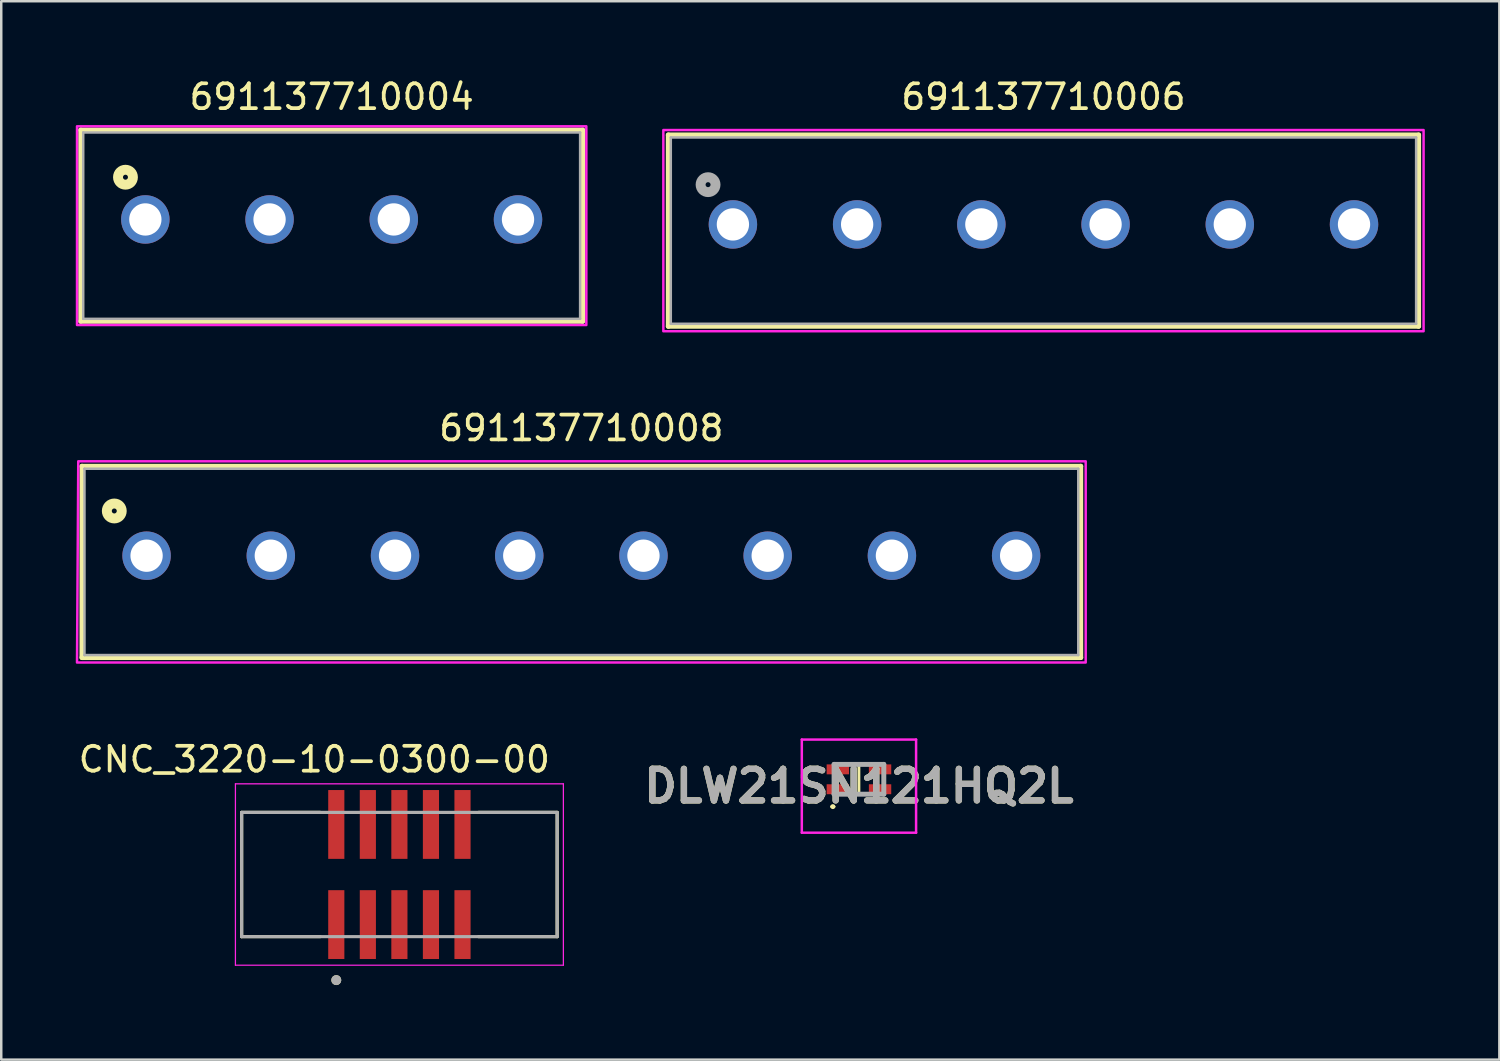
<source format=kicad_pcb>
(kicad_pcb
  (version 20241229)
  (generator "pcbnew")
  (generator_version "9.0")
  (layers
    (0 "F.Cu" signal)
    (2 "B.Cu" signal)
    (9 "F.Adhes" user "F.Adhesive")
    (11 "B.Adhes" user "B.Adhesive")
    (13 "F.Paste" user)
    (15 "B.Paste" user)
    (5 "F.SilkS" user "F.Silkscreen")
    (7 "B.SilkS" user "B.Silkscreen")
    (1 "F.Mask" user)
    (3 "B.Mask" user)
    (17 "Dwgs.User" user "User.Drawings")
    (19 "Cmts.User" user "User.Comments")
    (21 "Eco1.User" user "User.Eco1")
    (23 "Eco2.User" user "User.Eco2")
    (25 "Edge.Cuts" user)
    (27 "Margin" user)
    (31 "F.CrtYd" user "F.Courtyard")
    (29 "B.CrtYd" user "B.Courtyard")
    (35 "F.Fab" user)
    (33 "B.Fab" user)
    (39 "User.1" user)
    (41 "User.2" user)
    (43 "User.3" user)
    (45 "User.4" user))
  (footprint "691137710004"
    (layer "F.Cu")
    (at 10.3 5.783)
    (property "Reference" "691137710004" (at 0 -4.935 0) (layer "F.SilkS") (effects (font (size 1 1) (thickness 0.15))))
    (attr through_hole)
    (fp_line (start -10.1 -3.6) (end 10.1 -3.6) (stroke (width 0.2) (type solid)) (layer "F.SilkS"))
    (fp_line (start -10.1 4.1) (end -10.1 -3.6) (stroke (width 0.2) (type solid)) (layer "F.SilkS"))
    (fp_line (start 10.1 -3.6) (end 10.1 4.1) (stroke (width 0.2) (type solid)) (layer "F.SilkS"))
    (fp_line (start 10.1 4.1) (end -10.1 4.1) (stroke (width 0.2) (type solid)) (layer "F.SilkS"))
    (fp_circle (center -8.3 -1.7) (end -8.2 -1.7) (stroke (width 0.4) (type solid)) (fill no) (layer "F.SilkS"))
    (fp_poly (pts (xy -10.25 -3.75) (xy 10.25 -3.75) (xy 10.25 4.25) (xy -10.25 4.25)) (stroke (width 0.1) (type solid)) (fill no) (layer "F.CrtYd"))
    (fp_line (start -10 -3.5) (end 10 -3.5) (stroke (width 0.1) (type solid)) (layer "F.Fab"))
    (fp_line (start -10 4) (end -10 -3.5) (stroke (width 0.1) (type solid)) (layer "F.Fab"))
    (fp_line (start 10 -3.5) (end 10 4) (stroke (width 0.1) (type solid)) (layer "F.Fab"))
    (fp_line (start 10 4) (end -10 4) (stroke (width 0.1) (type solid)) (layer "F.Fab"))
    (pad "1" thru_hole circle (at -7.5 0) (size 1.95 1.95) (drill 1.3) (layers "*.Cu" "*.Mask"))
    (pad "2" thru_hole circle (at -2.5 0) (size 1.95 1.95) (drill 1.3) (layers "*.Cu" "*.Mask"))
    (pad "3" thru_hole circle (at 2.5 0) (size 1.95 1.95) (drill 1.3) (layers "*.Cu" "*.Mask"))
    (pad "4" thru_hole circle (at 7.5 0) (size 1.95 1.95) (drill 1.3) (layers "*.Cu" "*.Mask")))
  (footprint "691137710006"
    (layer "F.Cu")
    (at 38.95 5.983)
    (property "Reference" "691137710006" (at 0 -5.135 0) (layer "F.SilkS") (effects (font (size 1 1) (thickness 0.15))))
    (attr through_hole)
    (fp_line (start -15.1 -3.6) (end 15.1 -3.6) (stroke (width 0.2) (type solid)) (layer "F.SilkS"))
    (fp_line (start -15.1 4.1) (end -15.1 -3.6) (stroke (width 0.2) (type solid)) (layer "F.SilkS"))
    (fp_line (start 15.1 -3.6) (end 15.1 4.1) (stroke (width 0.2) (type solid)) (layer "F.SilkS"))
    (fp_line (start 15.1 4.1) (end -15.1 4.1) (stroke (width 0.2) (type solid)) (layer "F.SilkS"))
    (fp_poly (pts (xy -15.3 -3.8) (xy 15.3 -3.8) (xy 15.3 4.3) (xy -15.3 4.3)) (stroke (width 0.1) (type solid)) (fill no) (layer "F.CrtYd"))
    (fp_line (start -15 -3.5) (end 15 -3.5) (stroke (width 0.1) (type solid)) (layer "F.Fab"))
    (fp_line (start -15 4) (end -15 -3.5) (stroke (width 0.1) (type solid)) (layer "F.Fab"))
    (fp_line (start 15 -3.5) (end 15 4) (stroke (width 0.1) (type solid)) (layer "F.Fab"))
    (fp_line (start 15 4) (end -15 4) (stroke (width 0.1) (type solid)) (layer "F.Fab"))
    (fp_circle (center -13.5 -1.6) (end -13.4 -1.6) (stroke (width 0.4) (type solid)) (fill no) (layer "F.Fab"))
    (pad "1" thru_hole circle (at -12.5 0) (size 1.95 1.95) (drill 1.3) (layers "*.Cu" "*.Mask"))
    (pad "2" thru_hole circle (at -7.5 0) (size 1.95 1.95) (drill 1.3) (layers "*.Cu" "*.Mask"))
    (pad "3" thru_hole circle (at -2.5 0) (size 1.95 1.95) (drill 1.3) (layers "*.Cu" "*.Mask"))
    (pad "4" thru_hole circle (at 2.5 0) (size 1.95 1.95) (drill 1.3) (layers "*.Cu" "*.Mask"))
    (pad "5" thru_hole circle (at 7.5 0) (size 1.95 1.95) (drill 1.3) (layers "*.Cu" "*.Mask"))
    (pad "6" thru_hole circle (at 12.5 0) (size 1.95 1.95) (drill 1.3) (layers "*.Cu" "*.Mask")))
  (footprint "CNC_3220-10-0300-00"
    (layer "F.Cu")
    (at 13.026 32.15)
    (property "Reference" "CNC_3220-10-0300-00" (at -3.425 -4.635 0) (layer "F.SilkS") (effects (font (size 1 1) (thickness 0.15))))
    (attr smd)
    (fp_line (start -6.35 -2.5) (end -3.185 -2.5) (stroke (width 0.127) (type solid)) (layer "F.SilkS"))
    (fp_line (start -6.35 2.5) (end -6.35 -2.5) (stroke (width 0.127) (type solid)) (layer "F.SilkS"))
    (fp_line (start -3.185 2.5) (end -6.35 2.5) (stroke (width 0.127) (type solid)) (layer "F.SilkS"))
    (fp_line (start 3.185 -2.5) (end 6.35 -2.5) (stroke (width 0.127) (type solid)) (layer "F.SilkS"))
    (fp_line (start 6.35 -2.5) (end 6.35 2.5) (stroke (width 0.127) (type solid)) (layer "F.SilkS"))
    (fp_line (start 6.35 2.5) (end 3.185 2.5) (stroke (width 0.127) (type solid)) (layer "F.SilkS"))
    (fp_circle (center -2.54 4.25) (end -2.44 4.25) (stroke (width 0.2) (type solid)) (fill no) (layer "F.SilkS"))
    (fp_line (start -6.6 -3.65) (end -6.6 3.65) (stroke (width 0.05) (type solid)) (layer "F.CrtYd"))
    (fp_line (start -6.6 3.65) (end 6.6 3.65) (stroke (width 0.05) (type solid)) (layer "F.CrtYd"))
    (fp_line (start 6.6 -3.65) (end -6.6 -3.65) (stroke (width 0.05) (type solid)) (layer "F.CrtYd"))
    (fp_line (start 6.6 3.65) (end 6.6 -3.65) (stroke (width 0.05) (type solid)) (layer "F.CrtYd"))
    (fp_line (start -6.35 -2.5) (end 6.35 -2.5) (stroke (width 0.127) (type solid)) (layer "F.Fab"))
    (fp_line (start -6.35 2.5) (end -6.35 -2.5) (stroke (width 0.127) (type solid)) (layer "F.Fab"))
    (fp_line (start 6.35 -2.5) (end 6.35 2.5) (stroke (width 0.127) (type solid)) (layer "F.Fab"))
    (fp_line (start 6.35 2.5) (end -6.35 2.5) (stroke (width 0.127) (type solid)) (layer "F.Fab"))
    (fp_circle (center -2.54 4.25) (end -2.44 4.25) (stroke (width 0.2) (type solid)) (fill no) (layer "F.Fab"))
    (pad "1" smd rect (at -2.54 2.015) (size 0.65 2.77) (layers "F.Cu" "F.Mask" "F.Paste"))
    (pad "2" smd rect (at -2.54 -2.015) (size 0.65 2.77) (layers "F.Cu" "F.Mask" "F.Paste"))
    (pad "3" smd rect (at -1.27 2.015) (size 0.65 2.77) (layers "F.Cu" "F.Mask" "F.Paste"))
    (pad "4" smd rect (at -1.27 -2.015) (size 0.65 2.77) (layers "F.Cu" "F.Mask" "F.Paste"))
    (pad "5" smd rect (at 0 2.015) (size 0.65 2.77) (layers "F.Cu" "F.Mask" "F.Paste"))
    (pad "6" smd rect (at 0 -2.015) (size 0.65 2.77) (layers "F.Cu" "F.Mask" "F.Paste"))
    (pad "7" smd rect (at 1.27 2.015) (size 0.65 2.77) (layers "F.Cu" "F.Mask" "F.Paste"))
    (pad "8" smd rect (at 1.27 -2.015) (size 0.65 2.77) (layers "F.Cu" "F.Mask" "F.Paste"))
    (pad "9" smd rect (at 2.54 2.015) (size 0.65 2.77) (layers "F.Cu" "F.Mask" "F.Paste"))
    (pad "10" smd rect (at 2.54 -2.015) (size 0.65 2.77) (layers "F.Cu" "F.Mask" "F.Paste")))
  (footprint "DLW21SN121HQ2L"
    (layer "F.Cu")
    (at 31.523 28.317)
    (property "Reference" "DLW21SN121HQ2L" (at 0 0.275 0) (layer "F.SilkS") (effects (font (size 1.27 1.27) (thickness 0.254))))
    (attr smd)
    (fp_line (start -1.1 1.1) (end -1.1 1.1) (stroke (width 0.1) (type solid)) (layer "F.SilkS"))
    (fp_line (start -1 1.1) (end -1 1.1) (stroke (width 0.1) (type solid)) (layer "F.SilkS"))
    (fp_line (start 0 -0.6) (end 0 0.6) (stroke (width 0.1) (type solid)) (layer "F.SilkS"))
    (fp_line (start 0 0.6) (end 0 -0.6) (stroke (width 0.1) (type solid)) (layer "F.SilkS"))
    (fp_arc (start -1.1 1.1) (mid -1.05 1.05) (end -1 1.1) (stroke (width 0.1) (type solid)) (layer "F.SilkS"))
    (fp_arc (start -1 1.1) (mid -1.05 1.15) (end -1.1 1.1) (stroke (width 0.1) (type solid)) (layer "F.SilkS"))
    (fp_line (start -2.3 -1.6) (end 2.3 -1.6) (stroke (width 0.1) (type solid)) (layer "F.CrtYd"))
    (fp_line (start -2.3 2.15) (end -2.3 -1.6) (stroke (width 0.1) (type solid)) (layer "F.CrtYd"))
    (fp_line (start 2.3 -1.6) (end 2.3 2.15) (stroke (width 0.1) (type solid)) (layer "F.CrtYd"))
    (fp_line (start 2.3 2.15) (end -2.3 2.15) (stroke (width 0.1) (type solid)) (layer "F.CrtYd"))
    (fp_line (start -1 -0.6) (end 1 -0.6) (stroke (width 0.2) (type solid)) (layer "F.Fab"))
    (fp_line (start -1 0.6) (end -1 -0.6) (stroke (width 0.2) (type solid)) (layer "F.Fab"))
    (fp_line (start 1 -0.6) (end 1 0.6) (stroke (width 0.2) (type solid)) (layer "F.Fab"))
    (fp_line (start 1 0.6) (end -1 0.6) (stroke (width 0.2) (type solid)) (layer "F.Fab"))
    (fp_text user "${REFERENCE}" (at 0 0.275 0) (layer "F.Fab") (effects (font (size 1.27 1.27) (thickness 0.254))))
    (pad "1" smd rect (at -0.85 0.4 90) (size 0.4 0.9) (layers "F.Cu" "F.Mask" "F.Paste"))
    (pad "2" smd rect (at 0.85 0.4 90) (size 0.4 0.9) (layers "F.Cu" "F.Mask" "F.Paste"))
    (pad "3" smd rect (at 0.85 -0.4 90) (size 0.4 0.9) (layers "F.Cu" "F.Mask" "F.Paste"))
    (pad "4" smd rect (at -0.85 -0.4 90) (size 0.4 0.9) (layers "F.Cu" "F.Mask" "F.Paste")))
  (footprint "691137710008"
    (layer "F.Cu")
    (at 20.35 19.317)
    (property "Reference" "691137710008" (at 0 -5.135 0) (layer "F.SilkS") (effects (font (size 1 1) (thickness 0.15))))
    (attr through_hole)
    (fp_line (start -20.1 -3.6) (end 20.1 -3.6) (stroke (width 0.2) (type solid)) (layer "F.SilkS"))
    (fp_line (start -20.1 4.1) (end -20.1 -3.6) (stroke (width 0.2) (type solid)) (layer "F.SilkS"))
    (fp_line (start 20.1 -3.6) (end 20.1 4.1) (stroke (width 0.2) (type solid)) (layer "F.SilkS"))
    (fp_line (start 20.1 4.1) (end -20.1 4.1) (stroke (width 0.2) (type solid)) (layer "F.SilkS"))
    (fp_circle (center -18.8 -1.8) (end -18.7 -1.8) (stroke (width 0.4) (type solid)) (fill no) (layer "F.SilkS"))
    (fp_poly (pts (xy -20.25 -3.8) (xy 20.3 -3.8) (xy 20.3 4.3) (xy -20.3 4.3)) (stroke (width 0.1) (type solid)) (fill no) (layer "F.CrtYd"))
    (fp_line (start -20 -3.5) (end 20 -3.5) (stroke (width 0.1) (type solid)) (layer "F.Fab"))
    (fp_line (start -20 4) (end -20 -3.5) (stroke (width 0.1) (type solid)) (layer "F.Fab"))
    (fp_line (start 20 -3.5) (end 20 4) (stroke (width 0.1) (type solid)) (layer "F.Fab"))
    (fp_line (start 20 4) (end -20 4) (stroke (width 0.1) (type solid)) (layer "F.Fab"))
    (pad "1" thru_hole circle (at -17.5 0) (size 1.95 1.95) (drill 1.3) (layers "*.Cu" "*.Mask"))
    (pad "2" thru_hole circle (at -12.5 0) (size 1.95 1.95) (drill 1.3) (layers "*.Cu" "*.Mask"))
    (pad "3" thru_hole circle (at -7.5 0) (size 1.95 1.95) (drill 1.3) (layers "*.Cu" "*.Mask"))
    (pad "4" thru_hole circle (at -2.5 0) (size 1.95 1.95) (drill 1.3) (layers "*.Cu" "*.Mask"))
    (pad "5" thru_hole circle (at 2.5 0) (size 1.95 1.95) (drill 1.3) (layers "*.Cu" "*.Mask"))
    (pad "6" thru_hole circle (at 7.5 0) (size 1.95 1.95) (drill 1.3) (layers "*.Cu" "*.Mask"))
    (pad "7" thru_hole circle (at 12.5 0) (size 1.95 1.95) (drill 1.3) (layers "*.Cu" "*.Mask"))
    (pad "8" thru_hole circle (at 17.5 0) (size 1.95 1.95) (drill 1.3) (layers "*.Cu" "*.Mask")))
  (gr_rect
    (start -3 -3)
    (end 57.3 39.6)
    (stroke (width 0.1) (type default))
    (fill no)
    (layer "Edge.Cuts")))
</source>
